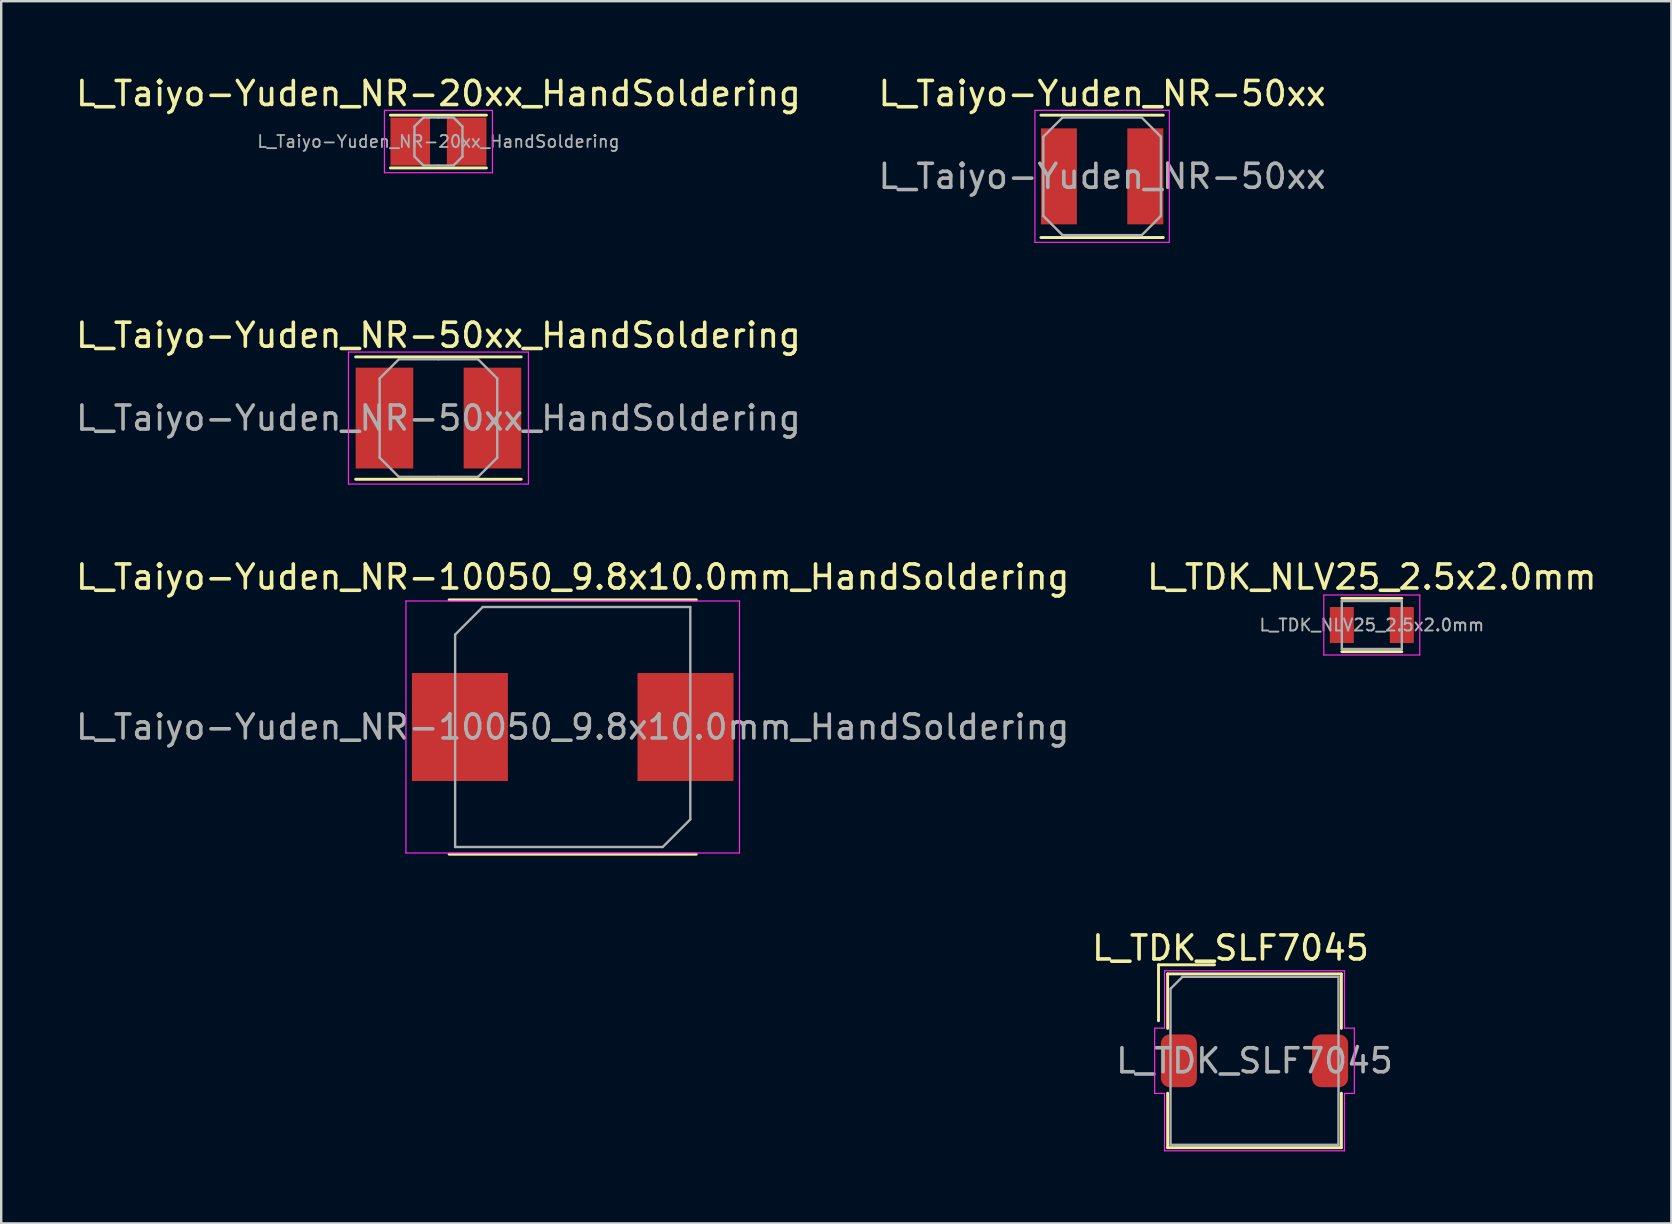
<source format=kicad_pcb>
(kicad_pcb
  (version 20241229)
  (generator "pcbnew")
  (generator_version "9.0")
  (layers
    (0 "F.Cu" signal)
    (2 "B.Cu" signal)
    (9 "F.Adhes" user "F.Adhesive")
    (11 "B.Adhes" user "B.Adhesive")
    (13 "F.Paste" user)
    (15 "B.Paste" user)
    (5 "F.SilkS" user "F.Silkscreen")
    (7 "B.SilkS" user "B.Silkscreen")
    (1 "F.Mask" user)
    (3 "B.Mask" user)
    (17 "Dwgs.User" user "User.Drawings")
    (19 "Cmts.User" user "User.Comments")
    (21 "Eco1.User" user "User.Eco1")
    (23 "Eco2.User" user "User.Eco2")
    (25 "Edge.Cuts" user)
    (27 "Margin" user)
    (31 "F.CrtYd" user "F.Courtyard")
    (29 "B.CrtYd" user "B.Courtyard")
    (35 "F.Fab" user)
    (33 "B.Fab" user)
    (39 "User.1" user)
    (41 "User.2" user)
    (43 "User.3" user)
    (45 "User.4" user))
  (footprint "L_Taiyo-Yuden_NR-50xx"
    (layer "F.Cu")
    (at 42.875 4.298)
    (property "Reference" "L_Taiyo-Yuden_NR-50xx" (at 0 -3.45 0) (layer "F.SilkS") (effects (font (size 1 1) (thickness 0.15))))
    (attr smd)
    (fp_line (start -2.55 -2.55) (end 2.55 -2.55) (stroke (width 0.12) (type solid)) (layer "F.SilkS"))
    (fp_line (start -2.55 2.55) (end 2.55 2.55) (stroke (width 0.12) (type solid)) (layer "F.SilkS"))
    (fp_line (start -2.8 -2.75) (end -2.8 2.75) (stroke (width 0.05) (type solid)) (layer "F.CrtYd"))
    (fp_line (start -2.8 2.75) (end 2.8 2.75) (stroke (width 0.05) (type solid)) (layer "F.CrtYd"))
    (fp_line (start 2.8 -2.75) (end -2.8 -2.75) (stroke (width 0.05) (type solid)) (layer "F.CrtYd"))
    (fp_line (start 2.8 2.75) (end 2.8 -2.75) (stroke (width 0.05) (type solid)) (layer "F.CrtYd"))
    (fp_line (start -2.45 -1.65) (end -1.65 -2.45) (stroke (width 0.1) (type solid)) (layer "F.Fab"))
    (fp_line (start -2.45 1.65) (end -2.45 -1.65) (stroke (width 0.1) (type solid)) (layer "F.Fab"))
    (fp_line (start -2.45 1.65) (end -1.65 2.45) (stroke (width 0.1) (type solid)) (layer "F.Fab"))
    (fp_line (start -1.65 -2.45) (end 1.65 -2.45) (stroke (width 0.1) (type solid)) (layer "F.Fab"))
    (fp_line (start -1.65 2.45) (end 1.65 2.45) (stroke (width 0.1) (type solid)) (layer "F.Fab"))
    (fp_line (start 2.45 -1.65) (end 1.65 -2.45) (stroke (width 0.1) (type solid)) (layer "F.Fab"))
    (fp_line (start 2.45 -1.65) (end 2.45 1.65) (stroke (width 0.1) (type solid)) (layer "F.Fab"))
    (fp_line (start 2.45 1.65) (end 1.65 2.45) (stroke (width 0.1) (type solid)) (layer "F.Fab"))
    (fp_text user "${REFERENCE}" (at 0 0 0) (layer "F.Fab") (effects (font (size 1 1) (thickness 0.15))))
    (pad "1" smd rect (at -1.8 0) (size 1.5 4) (layers "F.Cu" "F.Mask" "F.Paste"))
    (pad "2" smd rect (at 1.8 0) (size 1.5 4) (layers "F.Cu" "F.Mask" "F.Paste")))
  (footprint "L_TDK_NLV25_2.5x2.0mm"
    (layer "F.Cu")
    (at 54.113 22.995)
    (property "Reference" "L_TDK_NLV25_2.5x2.0mm" (at 0 -2 0) (layer "F.SilkS") (effects (font (size 1 1) (thickness 0.15))))
    (attr smd)
    (fp_line (start -1.25 -1.11) (end 1.25 -1.11) (stroke (width 0.12) (type solid)) (layer "F.SilkS"))
    (fp_line (start 1.25 1.11) (end -1.25 1.11) (stroke (width 0.12) (type solid)) (layer "F.SilkS"))
    (fp_line (start -2 -1.25) (end 2 -1.25) (stroke (width 0.05) (type solid)) (layer "F.CrtYd"))
    (fp_line (start -2 1.25) (end -2 -1.25) (stroke (width 0.05) (type solid)) (layer "F.CrtYd"))
    (fp_line (start 2 -1.25) (end 2 1.25) (stroke (width 0.05) (type solid)) (layer "F.CrtYd"))
    (fp_line (start 2 1.25) (end -2 1.25) (stroke (width 0.05) (type solid)) (layer "F.CrtYd"))
    (fp_line (start -1.25 -1) (end 1.25 -1) (stroke (width 0.1) (type solid)) (layer "F.Fab"))
    (fp_line (start -1.25 1) (end -1.25 -1) (stroke (width 0.1) (type solid)) (layer "F.Fab"))
    (fp_line (start 1.25 -1) (end 1.25 1) (stroke (width 0.1) (type solid)) (layer "F.Fab"))
    (fp_line (start 1.25 1) (end -1.25 1) (stroke (width 0.1) (type solid)) (layer "F.Fab"))
    (fp_text user "${REFERENCE}" (at 0 0 0) (layer "F.Fab") (effects (font (size 0.5 0.5) (thickness 0.08))))
    (pad "1" smd rect (at -1.25 0) (size 1 1.5) (layers "F.Cu" "F.Mask" "F.Paste"))
    (pad "2" smd rect (at 1.25 0) (size 1 1.5) (layers "F.Cu" "F.Mask" "F.Paste")))
  (footprint "L_Taiyo-Yuden_NR-10050_9.8x10.0mm_HandSoldering"
    (layer "F.Cu")
    (at 20.815 27.245)
    (property "Reference" "L_Taiyo-Yuden_NR-10050_9.8x10.0mm_HandSoldering" (at 0 -6.25 0) (layer "F.SilkS") (effects (font (size 1 1) (thickness 0.15))))
    (attr smd)
    (fp_line (start -5.15 -5.3) (end 5.15 -5.3) (stroke (width 0.12) (type solid)) (layer "F.SilkS"))
    (fp_line (start -5.15 5.3) (end 5.15 5.3) (stroke (width 0.12) (type solid)) (layer "F.SilkS"))
    (fp_line (start -6.95 -5.25) (end -6.95 5.25) (stroke (width 0.05) (type solid)) (layer "F.CrtYd"))
    (fp_line (start -6.95 5.25) (end 6.95 5.25) (stroke (width 0.05) (type solid)) (layer "F.CrtYd"))
    (fp_line (start 6.95 -5.25) (end -6.95 -5.25) (stroke (width 0.05) (type solid)) (layer "F.CrtYd"))
    (fp_line (start 6.95 5.25) (end 6.95 -5.25) (stroke (width 0.05) (type solid)) (layer "F.CrtYd"))
    (fp_line (start -4.9 -3.85) (end -4.9 5) (stroke (width 0.1) (type solid)) (layer "F.Fab"))
    (fp_line (start -4.9 -3.85) (end -3.75 -5) (stroke (width 0.1) (type solid)) (layer "F.Fab"))
    (fp_line (start -4.9 5) (end 3.75 5) (stroke (width 0.1) (type solid)) (layer "F.Fab"))
    (fp_line (start 3.75 5) (end 4.9 3.85) (stroke (width 0.1) (type solid)) (layer "F.Fab"))
    (fp_line (start 4.9 -5) (end -3.75 -5) (stroke (width 0.1) (type solid)) (layer "F.Fab"))
    (fp_line (start 4.9 3.85) (end 4.9 -5) (stroke (width 0.1) (type solid)) (layer "F.Fab"))
    (fp_text user "${REFERENCE}" (at 0 0 0) (layer "F.Fab") (effects (font (size 1 1) (thickness 0.15))))
    (pad "1" smd rect (at -4.7 0) (size 4 4.5) (layers "F.Cu" "F.Mask" "F.Paste"))
    (pad "2" smd rect (at 4.7 0) (size 4 4.5) (layers "F.Cu" "F.Mask" "F.Paste")))
  (footprint "L_Taiyo-Yuden_NR-50xx_HandSoldering"
    (layer "F.Cu")
    (at 15.22 14.371)
    (property "Reference" "L_Taiyo-Yuden_NR-50xx_HandSoldering" (at 0 -3.45 0) (layer "F.SilkS") (effects (font (size 1 1) (thickness 0.15))))
    (attr smd)
    (fp_line (start -3.45 -2.55) (end 3.45 -2.55) (stroke (width 0.12) (type solid)) (layer "F.SilkS"))
    (fp_line (start -3.45 2.55) (end 3.45 2.55) (stroke (width 0.12) (type solid)) (layer "F.SilkS"))
    (fp_line (start -3.75 -2.75) (end -3.75 2.75) (stroke (width 0.05) (type solid)) (layer "F.CrtYd"))
    (fp_line (start -3.75 2.75) (end 3.75 2.75) (stroke (width 0.05) (type solid)) (layer "F.CrtYd"))
    (fp_line (start 3.75 -2.75) (end -3.75 -2.75) (stroke (width 0.05) (type solid)) (layer "F.CrtYd"))
    (fp_line (start 3.75 2.75) (end 3.75 -2.75) (stroke (width 0.05) (type solid)) (layer "F.CrtYd"))
    (fp_line (start -2.45 -1.65) (end -1.65 -2.45) (stroke (width 0.1) (type solid)) (layer "F.Fab"))
    (fp_line (start -2.45 0) (end -2.45 -1.65) (stroke (width 0.1) (type solid)) (layer "F.Fab"))
    (fp_line (start -2.45 0) (end -2.45 1.65) (stroke (width 0.1) (type solid)) (layer "F.Fab"))
    (fp_line (start -2.45 1.65) (end -1.65 2.45) (stroke (width 0.1) (type solid)) (layer "F.Fab"))
    (fp_line (start -1.65 -2.45) (end 0 -2.45) (stroke (width 0.1) (type solid)) (layer "F.Fab"))
    (fp_line (start -1.65 2.45) (end 0 2.45) (stroke (width 0.1) (type solid)) (layer "F.Fab"))
    (fp_line (start 1.65 -2.45) (end 0 -2.45) (stroke (width 0.1) (type solid)) (layer "F.Fab"))
    (fp_line (start 1.65 2.45) (end 0 2.45) (stroke (width 0.1) (type solid)) (layer "F.Fab"))
    (fp_line (start 2.45 -1.65) (end 1.65 -2.45) (stroke (width 0.1) (type solid)) (layer "F.Fab"))
    (fp_line (start 2.45 0) (end 2.45 -1.65) (stroke (width 0.1) (type solid)) (layer "F.Fab"))
    (fp_line (start 2.45 0) (end 2.45 1.65) (stroke (width 0.1) (type solid)) (layer "F.Fab"))
    (fp_line (start 2.45 1.65) (end 1.65 2.45) (stroke (width 0.1) (type solid)) (layer "F.Fab"))
    (fp_text user "${REFERENCE}" (at 0 0 0) (layer "F.Fab") (effects (font (size 1 1) (thickness 0.15))))
    (pad "1" smd rect (at -2.25 0) (size 2.4 4.2) (layers "F.Cu" "F.Mask" "F.Paste"))
    (pad "2" smd rect (at 2.25 0) (size 2.4 4.2) (layers "F.Cu" "F.Mask" "F.Paste")))
  (footprint "L_Taiyo-Yuden_NR-20xx_HandSoldering"
    (layer "F.Cu")
    (at 15.22 2.848)
    (property "Reference" "L_Taiyo-Yuden_NR-20xx_HandSoldering" (at 0 -2 0) (layer "F.SilkS") (effects (font (size 1 1) (thickness 0.15))))
    (attr smd)
    (fp_line (start -2 -1.1) (end 2 -1.1) (stroke (width 0.12) (type solid)) (layer "F.SilkS"))
    (fp_line (start -2 1.1) (end 2 1.1) (stroke (width 0.12) (type solid)) (layer "F.SilkS"))
    (fp_line (start -2.25 -1.3) (end -2.25 1.3) (stroke (width 0.05) (type solid)) (layer "F.CrtYd"))
    (fp_line (start -2.25 1.3) (end 2.25 1.3) (stroke (width 0.05) (type solid)) (layer "F.CrtYd"))
    (fp_line (start 2.25 -1.3) (end -2.25 -1.3) (stroke (width 0.05) (type solid)) (layer "F.CrtYd"))
    (fp_line (start 2.25 1.3) (end 2.25 -1.3) (stroke (width 0.05) (type solid)) (layer "F.CrtYd"))
    (fp_line (start -1 -0.625) (end -0.625 -1) (stroke (width 0.1) (type solid)) (layer "F.Fab"))
    (fp_line (start -1 0) (end -1 -0.625) (stroke (width 0.1) (type solid)) (layer "F.Fab"))
    (fp_line (start -1 0) (end -1 0.625) (stroke (width 0.1) (type solid)) (layer "F.Fab"))
    (fp_line (start -1 0.625) (end -0.625 1) (stroke (width 0.1) (type solid)) (layer "F.Fab"))
    (fp_line (start -0.625 -1) (end 0 -1) (stroke (width 0.1) (type solid)) (layer "F.Fab"))
    (fp_line (start -0.625 1) (end 0 1) (stroke (width 0.1) (type solid)) (layer "F.Fab"))
    (fp_line (start 0.625 -1) (end 0 -1) (stroke (width 0.1) (type solid)) (layer "F.Fab"))
    (fp_line (start 0.625 1) (end 0 1) (stroke (width 0.1) (type solid)) (layer "F.Fab"))
    (fp_line (start 1 -0.625) (end 0.625 -1) (stroke (width 0.1) (type solid)) (layer "F.Fab"))
    (fp_line (start 1 0) (end 1 -0.625) (stroke (width 0.1) (type solid)) (layer "F.Fab"))
    (fp_line (start 1 0) (end 1 0.625) (stroke (width 0.1) (type solid)) (layer "F.Fab"))
    (fp_line (start 1 0.625) (end 0.625 1) (stroke (width 0.1) (type solid)) (layer "F.Fab"))
    (fp_text user "${REFERENCE}" (at 0 0 0) (layer "F.Fab") (effects (font (size 0.5 0.5) (thickness 0.075))))
    (pad "1" smd rect (at -1.175 0) (size 1.65 2) (layers "F.Cu" "F.Mask" "F.Paste"))
    (pad "2" smd rect (at 1.175 0) (size 1.65 2) (layers "F.Cu" "F.Mask" "F.Paste")))
  (footprint "L_TDK_SLF7045"
    (layer "F.Cu")
    (at 49.225 41.153)
    (property "Reference" "L_TDK_SLF7045" (at -1 -4.7 0) (layer "F.SilkS") (effects (font (size 1 1) (thickness 0.15))))
    (attr smd)
    (fp_line (start -4 -4) (end -1.667 -4) (stroke (width 0.12) (type solid)) (layer "F.SilkS"))
    (fp_line (start -4 -1.667) (end -4 -4) (stroke (width 0.12) (type solid)) (layer "F.SilkS"))
    (fp_line (start -3.62 -3.62) (end -3.62 -1.35) (stroke (width 0.12) (type solid)) (layer "F.SilkS"))
    (fp_line (start -3.62 -3.62) (end 3.62 -3.62) (stroke (width 0.12) (type solid)) (layer "F.SilkS"))
    (fp_line (start -3.62 1.35) (end -3.62 3.62) (stroke (width 0.12) (type solid)) (layer "F.SilkS"))
    (fp_line (start -3.62 3.62) (end 3.62 3.62) (stroke (width 0.12) (type solid)) (layer "F.SilkS"))
    (fp_line (start 3.62 -3.62) (end 3.62 -1.35) (stroke (width 0.12) (type solid)) (layer "F.SilkS"))
    (fp_line (start 3.62 1.35) (end 3.62 3.62) (stroke (width 0.12) (type solid)) (layer "F.SilkS"))
    (fp_line (start -4.16 -1.36) (end -4.16 1.36) (stroke (width 0.05) (type solid)) (layer "F.CrtYd"))
    (fp_line (start -4.16 1.36) (end -3.75 1.36) (stroke (width 0.05) (type solid)) (layer "F.CrtYd"))
    (fp_line (start -3.75 -3.75) (end -3.75 -1.36) (stroke (width 0.05) (type solid)) (layer "F.CrtYd"))
    (fp_line (start -3.75 -3.75) (end 3.75 -3.75) (stroke (width 0.05) (type solid)) (layer "F.CrtYd"))
    (fp_line (start -3.75 -1.36) (end -4.16 -1.36) (stroke (width 0.05) (type solid)) (layer "F.CrtYd"))
    (fp_line (start -3.75 1.36) (end -3.75 3.75) (stroke (width 0.05) (type solid)) (layer "F.CrtYd"))
    (fp_line (start -3.75 3.75) (end 3.75 3.75) (stroke (width 0.05) (type solid)) (layer "F.CrtYd"))
    (fp_line (start 3.75 -3.75) (end 3.75 -1.36) (stroke (width 0.05) (type solid)) (layer "F.CrtYd"))
    (fp_line (start 3.75 -1.36) (end 4.16 -1.36) (stroke (width 0.05) (type solid)) (layer "F.CrtYd"))
    (fp_line (start 3.75 1.36) (end 3.75 3.75) (stroke (width 0.05) (type solid)) (layer "F.CrtYd"))
    (fp_line (start 4.16 -1.36) (end 4.16 1.36) (stroke (width 0.05) (type solid)) (layer "F.CrtYd"))
    (fp_line (start 4.16 1.36) (end 3.75 1.36) (stroke (width 0.05) (type solid)) (layer "F.CrtYd"))
    (fp_line (start -3.5 -3) (end -3 -3.5) (stroke (width 0.1) (type solid)) (layer "F.Fab"))
    (fp_line (start -3.5 3.5) (end -3.5 -3) (stroke (width 0.1) (type solid)) (layer "F.Fab"))
    (fp_line (start -3 -3.5) (end 3.5 -3.5) (stroke (width 0.1) (type solid)) (layer "F.Fab"))
    (fp_line (start 3.5 -3.5) (end 3.5 3.5) (stroke (width 0.1) (type solid)) (layer "F.Fab"))
    (fp_line (start 3.5 3.5) (end -3.5 3.5) (stroke (width 0.1) (type solid)) (layer "F.Fab"))
    (fp_text user "" (at -49 0.05 0) (layer "F.SilkS") (effects (font (size 3 3) (thickness 0.15))))
    (fp_text user "${REFERENCE}" (at 0 0 0) (layer "F.Fab") (effects (font (size 1 1) (thickness 0.15))))
    (pad "1" smd roundrect (at -3.15 0) (size 1.5 2.2) (layers "F.Cu" "F.Mask" "F.Paste") (roundrect_rratio 0.25))
    (pad "2" smd roundrect (at 3.15 0) (size 1.5 2.2) (layers "F.Cu" "F.Mask" "F.Paste") (roundrect_rratio 0.25)))
  (gr_rect
    (start -3 -3)
    (end 66.595 47.928)
    (stroke (width 0.1) (type default))
    (fill no)
    (layer "Edge.Cuts")))
</source>
